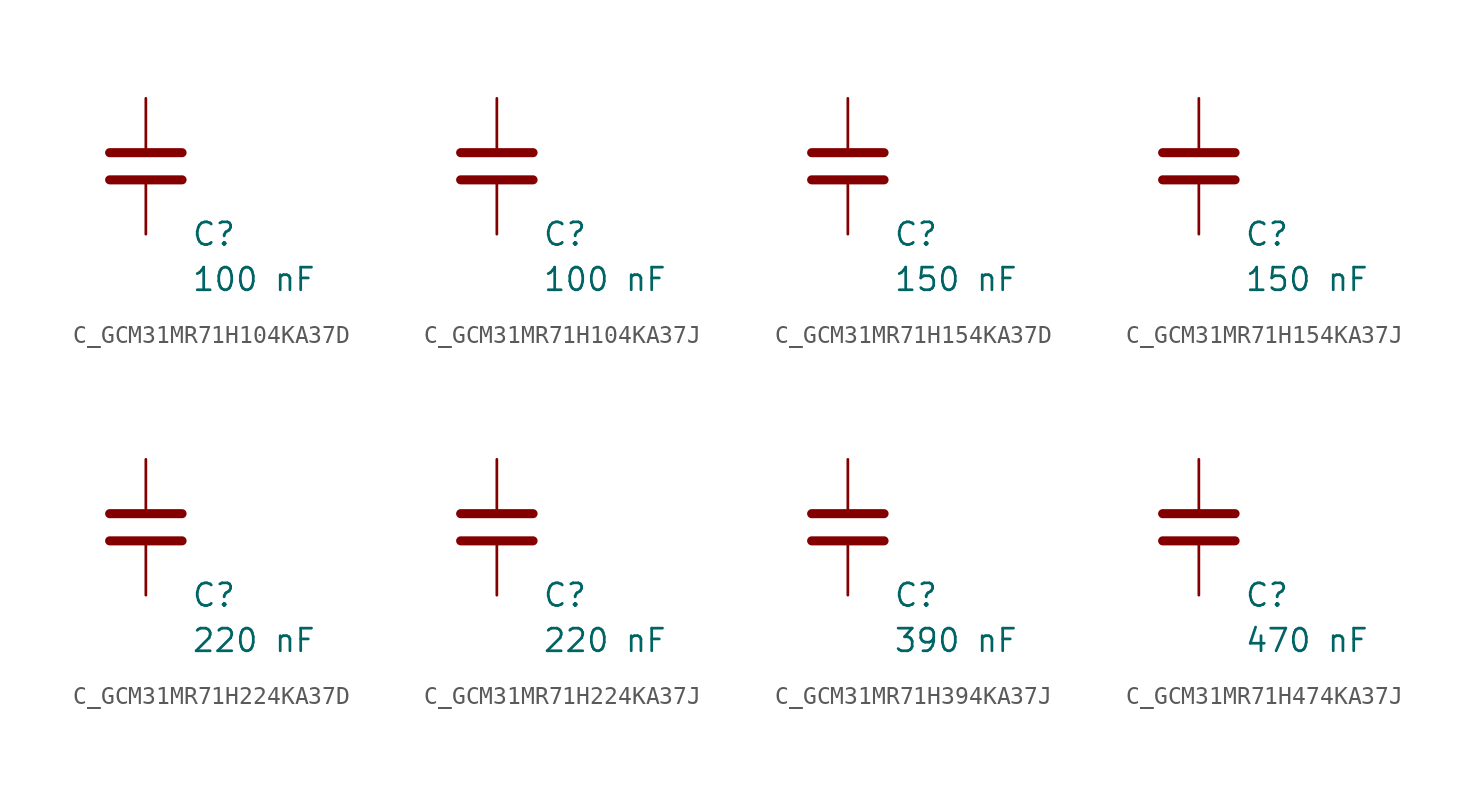
<source format=kicad_sym>
(kicad_symbol_lib
  (version 20231120)
  (generator "kicad_symbol_editor")
  (generator_version "8.0")
  (symbol "C_GCM31MR71H104KA37D"
    (pin_numbers hide)
    (pin_names
      (offset 0.254))
    (property "Reference" "C"
      (at 2.54 -3.81 0)
      (effects (font (size 1.27 1.27)) (justify left))
      (show_name no))
    (property "Value" "100 nF"
      (at 2.54 -6.35 0)
      (effects (font (size 1.27 1.27)) (justify left))
      (show_name no))
    (symbol "C_GCM31MR71H104KA37D_0_1"
      (polyline (pts (xy -2.032 -0.762) (xy 2.032 -0.762)) (stroke (width 0.508) (type default)) (fill (type none)))
      (polyline (pts (xy -2.032 0.762) (xy 2.032 0.762)) (stroke (width 0.508) (type default)) (fill (type none))))
    (symbol "C_GCM31MR71H104KA37D_1_1"
      (pin passive line (at 0 3.81 270) (length 2.794) (name "~" (effects (font (size 1.27 1.27)))) (number "1" (effects (font (size 1.27 1.27)))))
      (pin passive line (at 0 -3.81 90) (length 2.794) (name "~" (effects (font (size 1.27 1.27)))) (number "2" (effects (font (size 1.27 1.27)))))))
  (symbol "C_GCM31MR71H104KA37J"
    (pin_numbers hide)
    (pin_names
      (offset 0.254))
    (property "Reference" "C"
      (at 2.54 -3.81 0)
      (effects (font (size 1.27 1.27)) (justify left))
      (show_name no))
    (property "Value" "100 nF"
      (at 2.54 -6.35 0)
      (effects (font (size 1.27 1.27)) (justify left))
      (show_name no))
    (symbol "C_GCM31MR71H104KA37J_0_1"
      (polyline (pts (xy -2.032 -0.762) (xy 2.032 -0.762)) (stroke (width 0.508) (type default)) (fill (type none)))
      (polyline (pts (xy -2.032 0.762) (xy 2.032 0.762)) (stroke (width 0.508) (type default)) (fill (type none))))
    (symbol "C_GCM31MR71H104KA37J_1_1"
      (pin passive line (at 0 3.81 270) (length 2.794) (name "~" (effects (font (size 1.27 1.27)))) (number "1" (effects (font (size 1.27 1.27)))))
      (pin passive line (at 0 -3.81 90) (length 2.794) (name "~" (effects (font (size 1.27 1.27)))) (number "2" (effects (font (size 1.27 1.27)))))))
  (symbol "C_GCM31MR71H154KA37D"
    (pin_numbers hide)
    (pin_names
      (offset 0.254))
    (property "Reference" "C"
      (at 2.54 -3.81 0)
      (effects (font (size 1.27 1.27)) (justify left))
      (show_name no))
    (property "Value" "150 nF"
      (at 2.54 -6.35 0)
      (effects (font (size 1.27 1.27)) (justify left))
      (show_name no))
    (symbol "C_GCM31MR71H154KA37D_0_1"
      (polyline (pts (xy -2.032 -0.762) (xy 2.032 -0.762)) (stroke (width 0.508) (type default)) (fill (type none)))
      (polyline (pts (xy -2.032 0.762) (xy 2.032 0.762)) (stroke (width 0.508) (type default)) (fill (type none))))
    (symbol "C_GCM31MR71H154KA37D_1_1"
      (pin passive line (at 0 3.81 270) (length 2.794) (name "~" (effects (font (size 1.27 1.27)))) (number "1" (effects (font (size 1.27 1.27)))))
      (pin passive line (at 0 -3.81 90) (length 2.794) (name "~" (effects (font (size 1.27 1.27)))) (number "2" (effects (font (size 1.27 1.27)))))))
  (symbol "C_GCM31MR71H154KA37J"
    (pin_numbers hide)
    (pin_names
      (offset 0.254))
    (property "Reference" "C"
      (at 2.54 -3.81 0)
      (effects (font (size 1.27 1.27)) (justify left))
      (show_name no))
    (property "Value" "150 nF"
      (at 2.54 -6.35 0)
      (effects (font (size 1.27 1.27)) (justify left))
      (show_name no))
    (symbol "C_GCM31MR71H154KA37J_0_1"
      (polyline (pts (xy -2.032 -0.762) (xy 2.032 -0.762)) (stroke (width 0.508) (type default)) (fill (type none)))
      (polyline (pts (xy -2.032 0.762) (xy 2.032 0.762)) (stroke (width 0.508) (type default)) (fill (type none))))
    (symbol "C_GCM31MR71H154KA37J_1_1"
      (pin passive line (at 0 3.81 270) (length 2.794) (name "~" (effects (font (size 1.27 1.27)))) (number "1" (effects (font (size 1.27 1.27)))))
      (pin passive line (at 0 -3.81 90) (length 2.794) (name "~" (effects (font (size 1.27 1.27)))) (number "2" (effects (font (size 1.27 1.27)))))))
  (symbol "C_GCM31MR71H224KA37D"
    (pin_numbers hide)
    (pin_names
      (offset 0.254))
    (property "Reference" "C"
      (at 2.54 -3.81 0)
      (effects (font (size 1.27 1.27)) (justify left))
      (show_name no))
    (property "Value" "220 nF"
      (at 2.54 -6.35 0)
      (effects (font (size 1.27 1.27)) (justify left))
      (show_name no))
    (symbol "C_GCM31MR71H224KA37D_0_1"
      (polyline (pts (xy -2.032 -0.762) (xy 2.032 -0.762)) (stroke (width 0.508) (type default)) (fill (type none)))
      (polyline (pts (xy -2.032 0.762) (xy 2.032 0.762)) (stroke (width 0.508) (type default)) (fill (type none))))
    (symbol "C_GCM31MR71H224KA37D_1_1"
      (pin passive line (at 0 3.81 270) (length 2.794) (name "~" (effects (font (size 1.27 1.27)))) (number "1" (effects (font (size 1.27 1.27)))))
      (pin passive line (at 0 -3.81 90) (length 2.794) (name "~" (effects (font (size 1.27 1.27)))) (number "2" (effects (font (size 1.27 1.27)))))))
  (symbol "C_GCM31MR71H224KA37J"
    (pin_numbers hide)
    (pin_names
      (offset 0.254))
    (property "Reference" "C"
      (at 2.54 -3.81 0)
      (effects (font (size 1.27 1.27)) (justify left))
      (show_name no))
    (property "Value" "220 nF"
      (at 2.54 -6.35 0)
      (effects (font (size 1.27 1.27)) (justify left))
      (show_name no))
    (symbol "C_GCM31MR71H224KA37J_0_1"
      (polyline (pts (xy -2.032 -0.762) (xy 2.032 -0.762)) (stroke (width 0.508) (type default)) (fill (type none)))
      (polyline (pts (xy -2.032 0.762) (xy 2.032 0.762)) (stroke (width 0.508) (type default)) (fill (type none))))
    (symbol "C_GCM31MR71H224KA37J_1_1"
      (pin passive line (at 0 3.81 270) (length 2.794) (name "~" (effects (font (size 1.27 1.27)))) (number "1" (effects (font (size 1.27 1.27)))))
      (pin passive line (at 0 -3.81 90) (length 2.794) (name "~" (effects (font (size 1.27 1.27)))) (number "2" (effects (font (size 1.27 1.27)))))))
  (symbol "C_GCM31MR71H394KA37J"
    (pin_numbers hide)
    (pin_names
      (offset 0.254))
    (property "Reference" "C"
      (at 2.54 -3.81 0)
      (effects (font (size 1.27 1.27)) (justify left))
      (show_name no))
    (property "Value" "390 nF"
      (at 2.54 -6.35 0)
      (effects (font (size 1.27 1.27)) (justify left))
      (show_name no))
    (symbol "C_GCM31MR71H394KA37J_0_1"
      (polyline (pts (xy -2.032 -0.762) (xy 2.032 -0.762)) (stroke (width 0.508) (type default)) (fill (type none)))
      (polyline (pts (xy -2.032 0.762) (xy 2.032 0.762)) (stroke (width 0.508) (type default)) (fill (type none))))
    (symbol "C_GCM31MR71H394KA37J_1_1"
      (pin passive line (at 0 3.81 270) (length 2.794) (name "~" (effects (font (size 1.27 1.27)))) (number "1" (effects (font (size 1.27 1.27)))))
      (pin passive line (at 0 -3.81 90) (length 2.794) (name "~" (effects (font (size 1.27 1.27)))) (number "2" (effects (font (size 1.27 1.27)))))))
  (symbol "C_GCM31MR71H474KA37J"
    (pin_numbers hide)
    (pin_names
      (offset 0.254))
    (property "Reference" "C"
      (at 2.54 -3.81 0)
      (effects (font (size 1.27 1.27)) (justify left))
      (show_name no))
    (property "Value" "470 nF"
      (at 2.54 -6.35 0)
      (effects (font (size 1.27 1.27)) (justify left))
      (show_name no))
    (symbol "C_GCM31MR71H474KA37J_0_1"
      (polyline (pts (xy -2.032 -0.762) (xy 2.032 -0.762)) (stroke (width 0.508) (type default)) (fill (type none)))
      (polyline (pts (xy -2.032 0.762) (xy 2.032 0.762)) (stroke (width 0.508) (type default)) (fill (type none))))
    (symbol "C_GCM31MR71H474KA37J_1_1"
      (pin passive line (at 0 3.81 270) (length 2.794) (name "~" (effects (font (size 1.27 1.27)))) (number "1" (effects (font (size 1.27 1.27)))))
      (pin passive line (at 0 -3.81 90) (length 2.794) (name "~" (effects (font (size 1.27 1.27)))) (number "2" (effects (font (size 1.27 1.27))))))))
</source>
